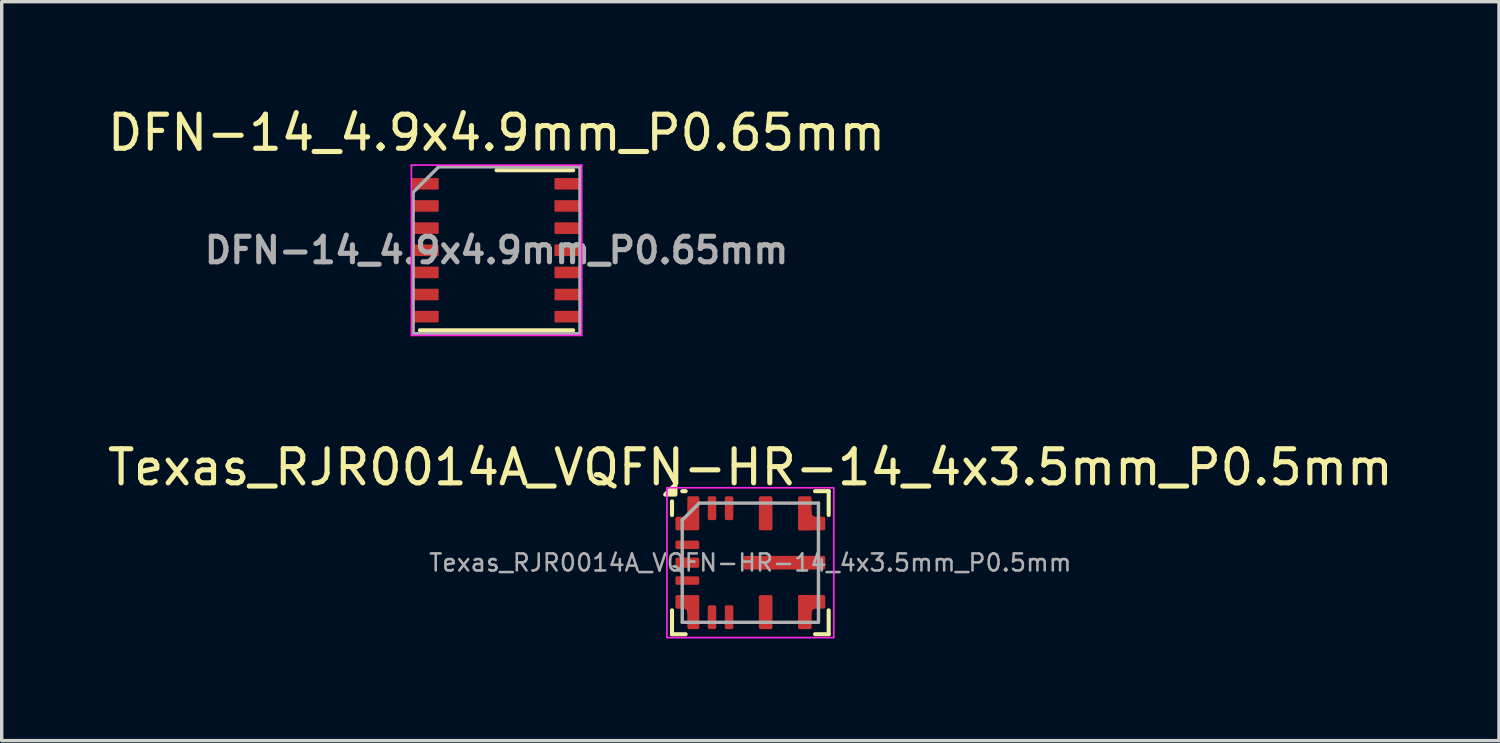
<source format=kicad_pcb>
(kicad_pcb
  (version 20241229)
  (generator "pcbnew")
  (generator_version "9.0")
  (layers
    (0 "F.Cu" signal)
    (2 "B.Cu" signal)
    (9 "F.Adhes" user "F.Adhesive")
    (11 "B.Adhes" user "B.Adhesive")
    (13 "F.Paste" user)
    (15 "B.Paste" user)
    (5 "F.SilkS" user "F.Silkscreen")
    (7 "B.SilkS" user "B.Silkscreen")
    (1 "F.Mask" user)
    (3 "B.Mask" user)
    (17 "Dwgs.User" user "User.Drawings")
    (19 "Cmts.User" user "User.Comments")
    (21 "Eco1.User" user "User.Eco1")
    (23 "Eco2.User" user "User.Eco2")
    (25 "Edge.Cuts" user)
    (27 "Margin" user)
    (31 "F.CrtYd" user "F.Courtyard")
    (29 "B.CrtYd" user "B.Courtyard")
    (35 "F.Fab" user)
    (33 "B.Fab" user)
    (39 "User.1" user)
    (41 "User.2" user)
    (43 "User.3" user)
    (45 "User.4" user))
  (footprint "DFN-14_4.9x4.9mm_P0.65mm"
    (layer "F.Cu")
    (at 11.53 4.298)
    (property "Reference" "DFN-14_4.9x4.9mm_P0.65mm" (at 0 -3.45 0) (layer "F.SilkS") (effects (font (size 1 1) (thickness 0.15))))
    (attr smd)
    (fp_line (start -2.25 2.35) (end 2.25 2.35) (stroke (width 0.12) (type solid)) (layer "F.SilkS"))
    (fp_line (start 2.25 -2.35) (end 0 -2.35) (stroke (width 0.12) (type solid)) (layer "F.SilkS"))
    (fp_line (start -2.5 -2.5) (end -2.5 2.5) (stroke (width 0.05) (type solid)) (layer "F.CrtYd"))
    (fp_line (start -2.5 2.5) (end 2.5 2.5) (stroke (width 0.05) (type solid)) (layer "F.CrtYd"))
    (fp_line (start 2.5 -2.5) (end -2.5 -2.5) (stroke (width 0.05) (type solid)) (layer "F.CrtYd"))
    (fp_line (start 2.5 2.5) (end 2.5 -2.5) (stroke (width 0.05) (type solid)) (layer "F.CrtYd"))
    (fp_line (start -2.45 2.45) (end -2.45 -1.7) (stroke (width 0.1) (type solid)) (layer "F.Fab"))
    (fp_line (start -2.45 2.45) (end 2.45 2.45) (stroke (width 0.1) (type solid)) (layer "F.Fab"))
    (fp_line (start -1.7 -2.45) (end -2.45 -1.7) (stroke (width 0.1) (type solid)) (layer "F.Fab"))
    (fp_line (start 2.45 -2.45) (end -1.7 -2.45) (stroke (width 0.1) (type solid)) (layer "F.Fab"))
    (fp_line (start 2.45 2.45) (end 2.45 -2.45) (stroke (width 0.1) (type solid)) (layer "F.Fab"))
    (fp_text user "${REFERENCE}" (at 0 0 0) (layer "F.Fab") (effects (font (size 0.75 0.75) (thickness 0.15))))
    (pad "1" smd roundrect (at -2.1 -1.95) (size 0.8 0.34) (layers "F.Cu" "F.Mask" "F.Paste") (roundrect_rratio 0.05))
    (pad "2" smd roundrect (at -2.1 -1.3) (size 0.8 0.34) (layers "F.Cu" "F.Mask" "F.Paste") (roundrect_rratio 0.05))
    (pad "3" smd roundrect (at -2.1 -0.65) (size 0.8 0.34) (layers "F.Cu" "F.Mask" "F.Paste") (roundrect_rratio 0.05))
    (pad "4" smd roundrect (at -2.1 0) (size 0.8 0.34) (layers "F.Cu" "F.Mask" "F.Paste") (roundrect_rratio 0.05))
    (pad "5" smd roundrect (at -2.1 0.65) (size 0.8 0.34) (layers "F.Cu" "F.Mask" "F.Paste") (roundrect_rratio 0.05))
    (pad "6" smd roundrect (at -2.1 1.3) (size 0.8 0.34) (layers "F.Cu" "F.Mask" "F.Paste") (roundrect_rratio 0.05))
    (pad "7" smd roundrect (at -2.1 1.95) (size 0.8 0.34) (layers "F.Cu" "F.Mask" "F.Paste") (roundrect_rratio 0.05))
    (pad "8" smd roundrect (at 2.1 1.95) (size 0.8 0.34) (layers "F.Cu" "F.Mask" "F.Paste") (roundrect_rratio 0.05))
    (pad "9" smd roundrect (at 2.1 1.3) (size 0.8 0.34) (layers "F.Cu" "F.Mask" "F.Paste") (roundrect_rratio 0.05))
    (pad "10" smd roundrect (at 2.1 0.65) (size 0.8 0.34) (layers "F.Cu" "F.Mask" "F.Paste") (roundrect_rratio 0.05))
    (pad "11" smd roundrect (at 2.1 0) (size 0.8 0.34) (layers "F.Cu" "F.Mask" "F.Paste") (roundrect_rratio 0.05))
    (pad "12" smd roundrect (at 2.1 -0.65) (size 0.8 0.34) (layers "F.Cu" "F.Mask" "F.Paste") (roundrect_rratio 0.05))
    (pad "13" smd roundrect (at 2.1 -1.3) (size 0.8 0.34) (layers "F.Cu" "F.Mask" "F.Paste") (roundrect_rratio 0.05))
    (pad "14" smd roundrect (at 2.1 -1.95) (size 0.8 0.34) (layers "F.Cu" "F.Mask" "F.Paste") (roundrect_rratio 0.05)))
  (footprint "Texas_RJR0014A_VQFN-HR-14_4x3.5mm_P0.5mm"
    (layer "F.Cu")
    (at 18.982 13.472)
    (property "Reference" "Texas_RJR0014A_VQFN-HR-14_4x3.5mm_P0.5mm" (at 0 -2.8 0) (layer "F.SilkS") (effects (font (size 1 1) (thickness 0.15))))
    (attr smd)
    (fp_line (start -2.3 -1.4) (end -2.3 -1.8) (stroke (width 0.12) (type solid)) (layer "F.SilkS"))
    (fp_line (start -2.3 2.1) (end -2.3 1.4) (stroke (width 0.12) (type solid)) (layer "F.SilkS"))
    (fp_line (start -1.9 -2.1) (end -2 -2.1) (stroke (width 0.12) (type solid)) (layer "F.SilkS"))
    (fp_line (start -1.9 2.1) (end -2.3 2.1) (stroke (width 0.12) (type solid)) (layer "F.SilkS"))
    (fp_line (start 1.9 -2.1) (end 2.3 -2.1) (stroke (width 0.12) (type solid)) (layer "F.SilkS"))
    (fp_line (start 1.9 2.1) (end 2.3 2.1) (stroke (width 0.12) (type solid)) (layer "F.SilkS"))
    (fp_line (start 2.3 -2.1) (end 2.3 -1.4) (stroke (width 0.12) (type solid)) (layer "F.SilkS"))
    (fp_line (start 2.3 2.1) (end 2.3 1.4) (stroke (width 0.12) (type solid)) (layer "F.SilkS"))
    (fp_poly (pts (xy -2.5 -2) (xy -2.2 -2.3) (xy -2.2 -2)) (stroke (width 0.12) (type solid)) (fill yes) (layer "F.SilkS"))
    (fp_rect (start -2.45 -2.2) (end 2.45 2.2) (stroke (width 0.05) (type solid)) (fill no) (layer "F.CrtYd"))
    (fp_line (start -2 -1.25) (end -1.5 -1.75) (stroke (width 0.1) (type solid)) (layer "F.Fab"))
    (fp_line (start -2 1.75) (end -2 -1.25) (stroke (width 0.1) (type solid)) (layer "F.Fab"))
    (fp_line (start -1.5 -1.75) (end 2 -1.75) (stroke (width 0.1) (type solid)) (layer "F.Fab"))
    (fp_line (start 2 -1.75) (end 2 1.75) (stroke (width 0.1) (type solid)) (layer "F.Fab"))
    (fp_line (start 2 1.75) (end -2 1.75) (stroke (width 0.1) (type solid)) (layer "F.Fab"))
    (fp_text user "${REFERENCE}" (at 0 0 0) (layer "F.Fab") (effects (font (size 0.5 0.5) (thickness 0.075))))
    (pad "" smd custom (at -1.85 -1.125) (size 0.35 0.35) (layers "F.Paste") (options (anchor circle)) (primitives (gr_poly (pts (xy -0.35 -0.125) (xy -0.346 -0.144) (xy -0.335 -0.16) (xy -0.319 -0.171) (xy -0.3 -0.175) (xy 0.3 -0.175) (xy 0.319 -0.171) (xy 0.335 -0.16) (xy 0.346 -0.144) (xy 0.35 -0.125) (xy 0.35 0.125) (xy 0.346 0.144) (xy 0.335 0.16) (xy 0.319 0.171) (xy 0.3 0.175) (xy -0.3 0.175) (xy -0.319 0.171) (xy -0.335 0.16) (xy -0.346 0.144) (xy -0.35 0.125)) (width 0) (fill yes)) (gr_arc (start 0.15 -0.345) (mid 0.070919 -0.154081) (end -0.12 -0.075) (width 0.2))))
    (pad "" smd custom (at -1.85 1.125) (size 0.35 0.35) (layers "F.Paste") (options (anchor circle)) (primitives (gr_poly (pts (xy -0.35 -0.125) (xy -0.346 -0.144) (xy -0.335 -0.16) (xy -0.319 -0.171) (xy -0.3 -0.175) (xy 0.3 -0.175) (xy 0.319 -0.171) (xy 0.335 -0.16) (xy 0.346 -0.144) (xy 0.35 -0.125) (xy 0.35 0.125) (xy 0.346 0.144) (xy 0.335 0.16) (xy 0.319 0.171) (xy 0.3 0.175) (xy -0.3 0.175) (xy -0.319 0.171) (xy -0.335 0.16) (xy -0.346 0.144) (xy -0.35 0.125)) (width 0) (fill yes)) (gr_arc (start -0.12 0.075) (mid 0.070919 0.154081) (end 0.15 0.345) (width 0.2))))
    (pad "" smd roundrect (at -1.65 -1.45) (size 0.3 1) (layers "F.Paste") (roundrect_rratio 0.167))
    (pad "" smd roundrect (at -1.65 1.45) (size 0.3 1) (layers "F.Paste") (roundrect_rratio 0.167))
    (pad "" smd roundrect (at 0.35 0) (size 1.1 0.4) (layers "F.Paste") (roundrect_rratio 0.125))
    (pad "" smd roundrect (at 1.575 -1.45 90) (size 1 0.35) (layers "F.Paste") (roundrect_rratio 0.125))
    (pad "" smd roundrect (at 1.575 1.45 90) (size 1 0.35) (layers "F.Paste") (roundrect_rratio 0.125))
    (pad "" smd roundrect (at 1.65 0) (size 1.1 0.4) (layers "F.Paste") (roundrect_rratio 0.125))
    (pad "" smd custom (at 1.8 -1.125) (size 0.35 0.35) (layers "F.Paste") (options (anchor circle)) (primitives (gr_poly (pts (xy -0.4 -0.125) (xy -0.396 -0.144) (xy -0.385 -0.16) (xy -0.369 -0.171) (xy -0.35 -0.175) (xy 0.35 -0.175) (xy 0.369 -0.171) (xy 0.385 -0.16) (xy 0.396 -0.144) (xy 0.4 -0.125) (xy 0.4 0.125) (xy 0.396 0.144) (xy 0.385 0.16) (xy 0.369 0.171) (xy 0.35 0.175) (xy -0.35 0.175) (xy -0.369 0.171) (xy -0.385 0.16) (xy -0.396 0.144) (xy -0.4 0.125)) (width 0) (fill yes)) (gr_arc (start 0.12 -0.075) (mid -0.070919 -0.154081) (end -0.15 -0.345) (width 0.2))))
    (pad "" smd custom (at 1.8 1.125) (size 0.35 0.35) (layers "F.Paste") (options (anchor circle)) (primitives (gr_poly (pts (xy -0.4 -0.125) (xy -0.396 -0.144) (xy -0.385 -0.16) (xy -0.369 -0.171) (xy -0.35 -0.175) (xy 0.35 -0.175) (xy 0.369 -0.171) (xy 0.385 -0.16) (xy 0.396 -0.144) (xy 0.4 -0.125) (xy 0.4 0.125) (xy 0.396 0.144) (xy 0.385 0.16) (xy 0.369 0.171) (xy 0.35 0.175) (xy -0.35 0.175) (xy -0.369 0.171) (xy -0.385 0.16) (xy -0.396 0.144) (xy -0.4 0.125)) (width 0) (fill yes)) (gr_arc (start -0.15 0.345) (mid -0.070919 0.154081) (end 0.12 0.075) (width 0.2))))
    (pad "1" smd custom (at -1.85 -1.15) (size 0.4 0.4) (layers "F.Cu" "F.Mask") (options (anchor circle)) (primitives (gr_arc (start 0.1 -0.32) (mid 0.035563 -0.164437) (end -0.12 -0.1) (width 0.2)) (gr_poly (pts (xy -0.35 -0.15) (xy -0.346 -0.169) (xy -0.335 -0.185) (xy -0.319 -0.196) (xy -0.3 -0.2) (xy 0.3 -0.2) (xy 0.319 -0.196) (xy 0.335 -0.185) (xy 0.346 -0.169) (xy 0.35 -0.15) (xy 0.35 0.15) (xy 0.346 0.169) (xy 0.335 0.185) (xy 0.319 0.196) (xy 0.3 0.2) (xy -0.3 0.2) (xy -0.319 0.196) (xy -0.335 0.185) (xy -0.346 0.169) (xy -0.35 0.15)) (width 0) (fill yes))))
    (pad "1" smd roundrect (at -1.675 -1.6) (size 0.35 0.7) (layers "F.Cu" "F.Mask") (roundrect_rratio 0.143))
    (pad "2" smd roundrect (at -1.85 -0.525) (size 0.7 0.25) (layers "F.Cu" "F.Mask" "F.Paste") (roundrect_rratio 0.2))
    (pad "3" smd roundrect (at -1.85 0) (size 0.7 0.3) (layers "F.Cu" "F.Mask" "F.Paste") (roundrect_rratio 0.167))
    (pad "4" smd roundrect (at -1.85 0.525) (size 0.7 0.25) (layers "F.Cu" "F.Mask" "F.Paste") (roundrect_rratio 0.2))
    (pad "5" smd custom (at -1.85 1.15) (size 0.4 0.4) (layers "F.Cu" "F.Mask") (options (anchor circle)) (primitives (gr_arc (start -0.12 0.1) (mid 0.035563 0.164437) (end 0.1 0.32) (width 0.2)) (gr_poly (pts (xy -0.35 -0.15) (xy -0.346 -0.169) (xy -0.335 -0.185) (xy -0.319 -0.196) (xy -0.3 -0.2) (xy 0.3 -0.2) (xy 0.319 -0.196) (xy 0.335 -0.185) (xy 0.346 -0.169) (xy 0.35 -0.15) (xy 0.35 0.15) (xy 0.346 0.169) (xy 0.335 0.185) (xy 0.319 0.196) (xy 0.3 0.2) (xy -0.3 0.2) (xy -0.319 0.196) (xy -0.335 0.185) (xy -0.346 0.169) (xy -0.35 0.15)) (width 0) (fill yes))))
    (pad "5" smd roundrect (at -1.675 1.6) (size 0.35 0.7) (layers "F.Cu" "F.Mask") (roundrect_rratio 0.143))
    (pad "6" smd roundrect (at -1.125 1.6 90) (size 0.7 0.25) (layers "F.Cu" "F.Mask" "F.Paste") (roundrect_rratio 0.2))
    (pad "7" smd roundrect (at -0.625 1.6 90) (size 0.7 0.25) (layers "F.Cu" "F.Mask" "F.Paste") (roundrect_rratio 0.2))
    (pad "8" smd roundrect (at 0.45 1.45 90) (size 1 0.4) (layers "F.Cu" "F.Mask" "F.Paste") (roundrect_rratio 0.125))
    (pad "9" smd roundrect (at 1.6 1.45 90) (size 1 0.4) (layers "F.Cu" "F.Mask") (roundrect_rratio 0.125))
    (pad "9" smd custom (at 1.8 1.15) (size 0.4 0.4) (layers "F.Cu" "F.Mask") (options (anchor circle)) (primitives (gr_poly (pts (xy -0.4 -0.15) (xy -0.396 -0.169) (xy -0.385 -0.185) (xy -0.369 -0.196) (xy -0.35 -0.2) (xy 0.35 -0.2) (xy 0.369 -0.196) (xy 0.385 -0.185) (xy 0.396 -0.169) (xy 0.4 -0.15) (xy 0.4 0.15) (xy 0.396 0.169) (xy 0.385 0.185) (xy 0.369 0.196) (xy 0.35 0.2) (xy -0.35 0.2) (xy -0.369 0.196) (xy -0.385 0.185) (xy -0.396 0.169) (xy -0.4 0.15)) (width 0) (fill yes)) (gr_arc (start -0.1 0.32) (mid -0.035563 0.164437) (end 0.12 0.1) (width 0.2))))
    (pad "10" smd roundrect (at 1 0) (size 2.4 0.4) (layers "F.Cu" "F.Mask") (roundrect_rratio 0.125))
    (pad "11" smd roundrect (at 1.6 -1.45 90) (size 1 0.4) (layers "F.Cu" "F.Mask") (roundrect_rratio 0.125))
    (pad "11" smd custom (at 1.8 -1.15) (size 0.4 0.4) (layers "F.Cu" "F.Mask") (options (anchor circle)) (primitives (gr_poly (pts (xy -0.4 -0.15) (xy -0.396 -0.169) (xy -0.385 -0.185) (xy -0.369 -0.196) (xy -0.35 -0.2) (xy 0.35 -0.2) (xy 0.369 -0.196) (xy 0.385 -0.185) (xy 0.396 -0.169) (xy 0.4 -0.15) (xy 0.4 0.15) (xy 0.396 0.169) (xy 0.385 0.185) (xy 0.369 0.196) (xy 0.35 0.2) (xy -0.35 0.2) (xy -0.369 0.196) (xy -0.385 0.185) (xy -0.396 0.169) (xy -0.4 0.15)) (width 0) (fill yes)) (gr_arc (start 0.12 -0.1) (mid -0.035563 -0.164437) (end -0.1 -0.32) (width 0.2))))
    (pad "12" smd roundrect (at 0.45 -1.45 90) (size 1 0.4) (layers "F.Cu" "F.Mask" "F.Paste") (roundrect_rratio 0.125))
    (pad "13" smd roundrect (at -0.625 -1.6 90) (size 0.7 0.25) (layers "F.Cu" "F.Mask" "F.Paste") (roundrect_rratio 0.2))
    (pad "14" smd roundrect (at -1.125 -1.6 90) (size 0.7 0.25) (layers "F.Cu" "F.Mask" "F.Paste") (roundrect_rratio 0.2)))
  (gr_rect
    (start -3 -3)
    (end 40.964 18.697)
    (stroke (width 0.1) (type default))
    (fill no)
    (layer "Edge.Cuts")))
</source>
